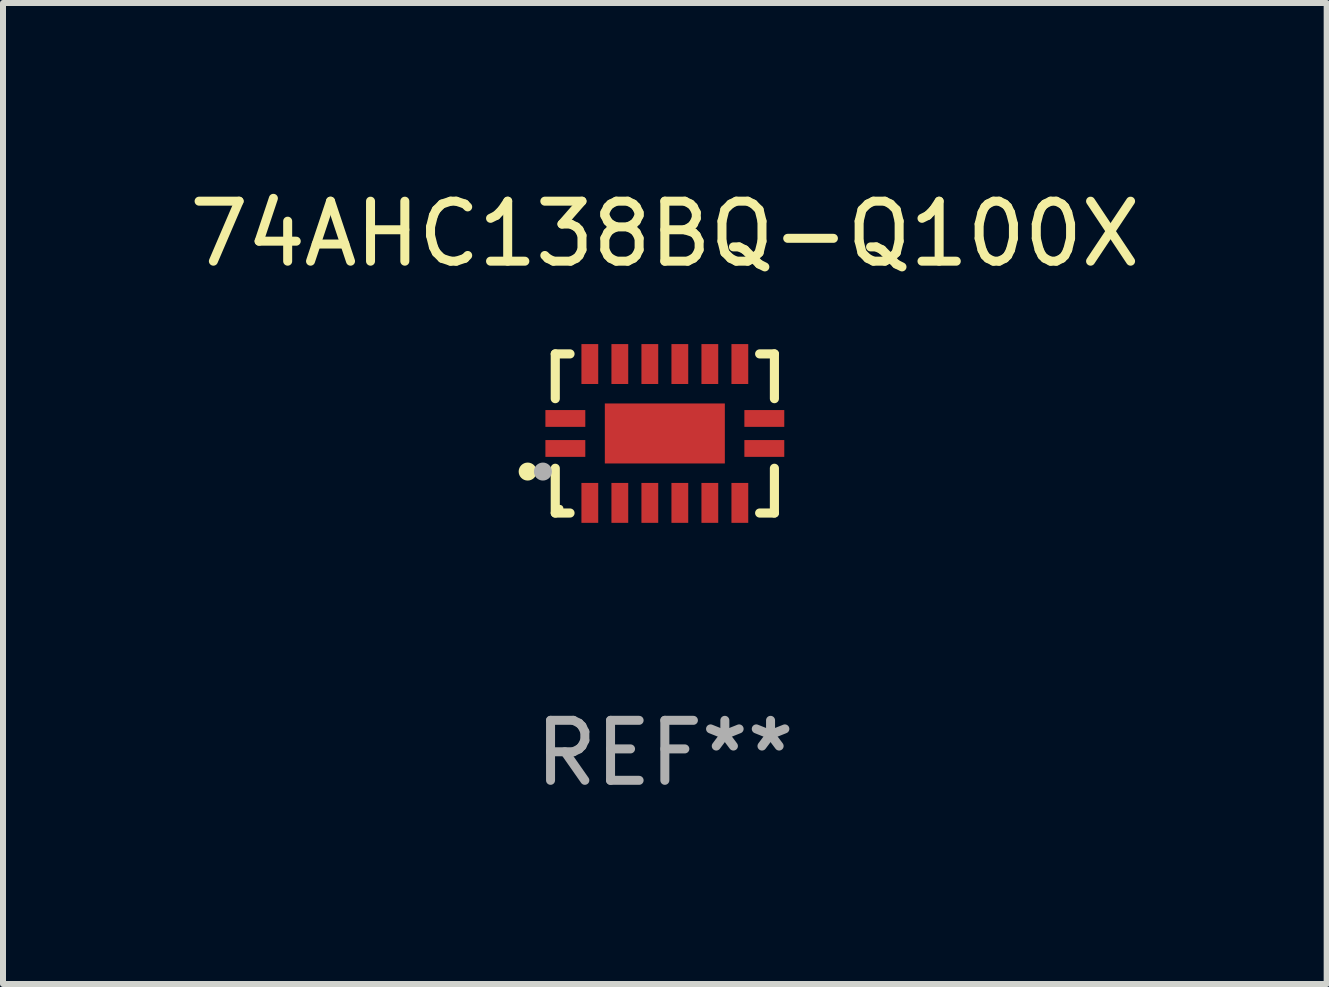
<source format=kicad_pcb>
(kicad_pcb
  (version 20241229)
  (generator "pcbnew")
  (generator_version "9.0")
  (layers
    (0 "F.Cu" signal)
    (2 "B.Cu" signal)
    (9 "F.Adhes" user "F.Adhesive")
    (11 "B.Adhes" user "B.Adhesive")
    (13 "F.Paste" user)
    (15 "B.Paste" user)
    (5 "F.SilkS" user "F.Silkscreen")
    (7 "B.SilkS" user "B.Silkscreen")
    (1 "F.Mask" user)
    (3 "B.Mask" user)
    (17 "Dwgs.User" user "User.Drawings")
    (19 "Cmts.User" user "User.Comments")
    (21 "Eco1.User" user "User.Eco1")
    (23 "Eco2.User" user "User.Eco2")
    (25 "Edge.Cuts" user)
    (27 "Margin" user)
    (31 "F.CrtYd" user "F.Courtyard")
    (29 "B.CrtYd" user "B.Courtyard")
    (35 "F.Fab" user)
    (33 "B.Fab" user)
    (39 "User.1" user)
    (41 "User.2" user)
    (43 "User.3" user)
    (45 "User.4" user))
  (footprint "74AHC138BQ-Q100X"
    (layer "F.Cu")
    (at 8.03 4.174)
    (property "Reference" "74AHC138BQ-Q100X" (at 0 -3.326 0) (layer "F.SilkS") (effects (font (size 1 1) (thickness 0.15))))
    (attr through_hole)
    (fp_line (start -1.826 -1.326) (end -1.58 -1.326) (stroke (width 0.152) (type solid)) (layer "F.SilkS"))
    (fp_line (start -1.826 -0.58) (end -1.826 -1.326) (stroke (width 0.152) (type solid)) (layer "F.SilkS"))
    (fp_line (start -1.826 0.58) (end -1.826 1.326) (stroke (width 0.152) (type solid)) (layer "F.SilkS"))
    (fp_line (start -1.826 1.326) (end -1.58 1.326) (stroke (width 0.152) (type solid)) (layer "F.SilkS"))
    (fp_line (start 1.826 -1.326) (end 1.58 -1.326) (stroke (width 0.152) (type solid)) (layer "F.SilkS"))
    (fp_line (start 1.826 -0.58) (end 1.826 -1.326) (stroke (width 0.152) (type solid)) (layer "F.SilkS"))
    (fp_line (start 1.826 0.58) (end 1.826 1.326) (stroke (width 0.152) (type solid)) (layer "F.SilkS"))
    (fp_line (start 1.826 1.326) (end 1.58 1.326) (stroke (width 0.152) (type solid)) (layer "F.SilkS"))
    (fp_circle (center -2.286 0.635) (end -2.211 0.635) (stroke (width 0.15) (type solid)) (fill no) (layer "F.SilkS"))
    (fp_circle (center -1.75 1.25) (end -1.72 1.25) (stroke (width 0.06) (type solid)) (fill no) (layer "F.SilkS"))
    (fp_circle (center -2.032 0.635) (end -1.957 0.635) (stroke (width 0.15) (type solid)) (fill no) (layer "F.Fab"))
    (fp_text user "REF**" (at 0 5.326 0) (layer "F.Fab") (effects (font (size 1 1) (thickness 0.15))))
    (pad "1" smd rect (at -1.658 0.25) (size 0.665 0.28) (layers "F.Cu" "F.Mask" "F.Paste"))
    (pad "2" smd rect (at -1.25 1.157) (size 0.28 0.665) (layers "F.Cu" "F.Mask" "F.Paste"))
    (pad "3" smd rect (at -0.75 1.157) (size 0.28 0.665) (layers "F.Cu" "F.Mask" "F.Paste"))
    (pad "4" smd rect (at -0.25 1.157) (size 0.28 0.665) (layers "F.Cu" "F.Mask" "F.Paste"))
    (pad "5" smd rect (at 0.25 1.157) (size 0.28 0.665) (layers "F.Cu" "F.Mask" "F.Paste"))
    (pad "6" smd rect (at 0.75 1.157) (size 0.28 0.665) (layers "F.Cu" "F.Mask" "F.Paste"))
    (pad "7" smd rect (at 1.25 1.157) (size 0.28 0.665) (layers "F.Cu" "F.Mask" "F.Paste"))
    (pad "8" smd rect (at 1.658 0.25) (size 0.665 0.28) (layers "F.Cu" "F.Mask" "F.Paste"))
    (pad "9" smd rect (at 1.658 -0.25) (size 0.665 0.28) (layers "F.Cu" "F.Mask" "F.Paste"))
    (pad "10" smd rect (at 1.25 -1.157) (size 0.28 0.665) (layers "F.Cu" "F.Mask" "F.Paste"))
    (pad "11" smd rect (at 0.75 -1.157) (size 0.28 0.665) (layers "F.Cu" "F.Mask" "F.Paste"))
    (pad "12" smd rect (at 0.25 -1.157) (size 0.28 0.665) (layers "F.Cu" "F.Mask" "F.Paste"))
    (pad "13" smd rect (at -0.25 -1.157) (size 0.28 0.665) (layers "F.Cu" "F.Mask" "F.Paste"))
    (pad "14" smd rect (at -0.75 -1.157) (size 0.28 0.665) (layers "F.Cu" "F.Mask" "F.Paste"))
    (pad "15" smd rect (at -1.25 -1.157) (size 0.28 0.665) (layers "F.Cu" "F.Mask" "F.Paste"))
    (pad "16" smd rect (at -1.658 -0.25) (size 0.665 0.28) (layers "F.Cu" "F.Mask" "F.Paste"))
    (pad "17" smd rect (at 0 0) (size 2 1) (layers "F.Cu" "F.Mask" "F.Paste")))
  (gr_rect
    (start -3 -3)
    (end 19.06 13.349)
    (stroke (width 0.1) (type default))
    (fill no)
    (layer "Edge.Cuts")))
</source>
